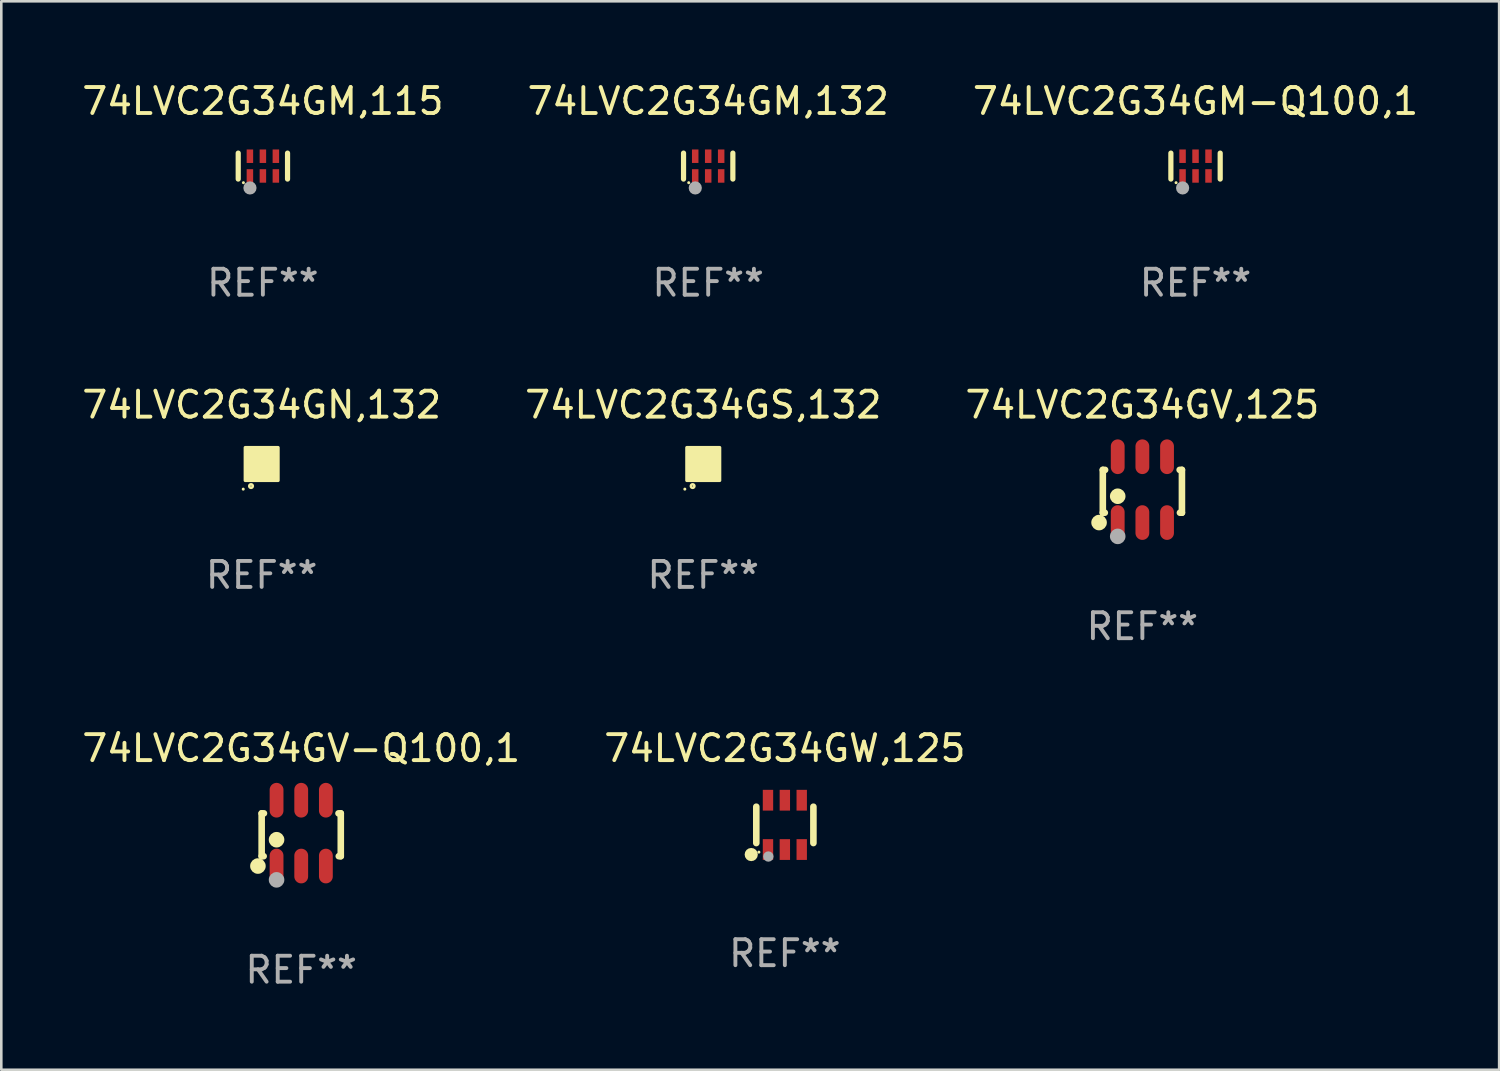
<source format=kicad_pcb>
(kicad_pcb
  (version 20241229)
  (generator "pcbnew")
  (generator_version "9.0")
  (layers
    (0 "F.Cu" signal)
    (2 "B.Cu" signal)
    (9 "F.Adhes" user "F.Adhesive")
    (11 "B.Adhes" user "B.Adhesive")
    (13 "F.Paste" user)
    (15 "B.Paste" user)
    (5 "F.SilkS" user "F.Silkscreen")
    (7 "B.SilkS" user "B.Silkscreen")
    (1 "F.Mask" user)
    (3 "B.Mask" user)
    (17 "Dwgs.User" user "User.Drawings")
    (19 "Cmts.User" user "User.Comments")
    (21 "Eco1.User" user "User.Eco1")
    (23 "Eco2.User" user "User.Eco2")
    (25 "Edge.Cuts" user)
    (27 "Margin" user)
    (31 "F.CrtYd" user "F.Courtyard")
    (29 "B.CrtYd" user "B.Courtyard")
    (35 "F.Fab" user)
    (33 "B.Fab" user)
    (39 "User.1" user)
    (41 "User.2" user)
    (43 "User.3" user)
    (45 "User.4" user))
  (footprint "74LVC2G34GM,115"
    (layer "F.Cu")
    (at 7.077 3.348)
    (property "Reference" "74LVC2G34GM,115" (at 0 -2.5 0) (layer "F.SilkS") (effects (font (size 1 1) (thickness 0.15))))
    (attr through_hole)
    (fp_line (start -0.95 0.5) (end -0.95 -0.5) (stroke (width 0.2) (type solid)) (layer "F.SilkS"))
    (fp_line (start 0.95 0.5) (end 0.95 -0.5) (stroke (width 0.2) (type solid)) (layer "F.SilkS"))
    (fp_circle (center -0.75 0.64) (end -0.72 0.64) (stroke (width 0.06) (type solid)) (fill no) (layer "F.SilkS"))
    (fp_circle (center -0.498 0.842) (end -0.371 0.842) (stroke (width 0.254) (type solid)) (fill no) (layer "F.Fab"))
    (fp_text user "REF**" (at 0 4.5 0) (layer "F.Fab") (effects (font (size 1 1) (thickness 0.15))))
    (pad "1" smd rect (at -0.5 0.38) (size 0.25 0.52) (layers "F.Cu" "F.Mask" "F.Paste"))
    (pad "2" smd rect (at 0 0.38) (size 0.25 0.52) (layers "F.Cu" "F.Mask" "F.Paste"))
    (pad "3" smd rect (at 0.5 0.38) (size 0.25 0.52) (layers "F.Cu" "F.Mask" "F.Paste"))
    (pad "4" smd rect (at 0.5 -0.38 180) (size 0.25 0.52) (layers "F.Cu" "F.Mask" "F.Paste"))
    (pad "5" smd rect (at 0 -0.38 180) (size 0.25 0.52) (layers "F.Cu" "F.Mask" "F.Paste"))
    (pad "6" smd rect (at -0.5 -0.38 180) (size 0.25 0.52) (layers "F.Cu" "F.Mask" "F.Paste")))
  (footprint "74LVC2G34GW,125"
    (layer "F.Cu")
    (at 27.185 28.727)
    (property "Reference" "74LVC2G34GW,125" (at 0 -2.95 0) (layer "F.SilkS") (effects (font (size 1 1) (thickness 0.15))))
    (attr through_hole)
    (fp_line (start -1.1 -0.7) (end -1.1 0.7) (stroke (width 0.254) (type solid)) (layer "F.SilkS"))
    (fp_line (start 1.1 -0.7) (end 1.1 0.7) (stroke (width 0.254) (type solid)) (layer "F.SilkS"))
    (fp_circle (center -1.295 1.143) (end -1.168 1.143) (stroke (width 0.254) (type solid)) (fill no) (layer "F.SilkS"))
    (fp_circle (center -1 1.05) (end -0.97 1.05) (stroke (width 0.06) (type solid)) (fill no) (layer "F.SilkS"))
    (fp_circle (center -0.635 1.219) (end -0.535 1.219) (stroke (width 0.2) (type solid)) (fill no) (layer "F.Fab"))
    (fp_text user "REF**" (at 0 4.95 0) (layer "F.Fab") (effects (font (size 1 1) (thickness 0.15))))
    (pad "1" smd rect (at -0.65 0.95) (size 0.4 0.8) (layers "F.Cu" "F.Mask" "F.Paste"))
    (pad "2" smd rect (at 0 0.95) (size 0.4 0.8) (layers "F.Cu" "F.Mask" "F.Paste"))
    (pad "3" smd rect (at 0.65 0.95) (size 0.4 0.8) (layers "F.Cu" "F.Mask" "F.Paste"))
    (pad "4" smd rect (at 0.65 -0.95) (size 0.4 0.8) (layers "F.Cu" "F.Mask" "F.Paste"))
    (pad "5" smd rect (at 0 -0.95) (size 0.4 0.8) (layers "F.Cu" "F.Mask" "F.Paste"))
    (pad "6" smd rect (at -0.65 -0.95) (size 0.4 0.8) (layers "F.Cu" "F.Mask" "F.Paste")))
  (footprint "74LVC2G34GM,132"
    (layer "F.Cu")
    (at 24.232 3.348)
    (property "Reference" "74LVC2G34GM,132" (at 0 -2.5 0) (layer "F.SilkS") (effects (font (size 1 1) (thickness 0.15))))
    (attr through_hole)
    (fp_line (start -0.95 0.5) (end -0.95 -0.5) (stroke (width 0.2) (type solid)) (layer "F.SilkS"))
    (fp_line (start 0.95 0.5) (end 0.95 -0.5) (stroke (width 0.2) (type solid)) (layer "F.SilkS"))
    (fp_circle (center -0.75 0.64) (end -0.72 0.64) (stroke (width 0.06) (type solid)) (fill no) (layer "F.SilkS"))
    (fp_circle (center -0.498 0.842) (end -0.371 0.842) (stroke (width 0.254) (type solid)) (fill no) (layer "F.Fab"))
    (fp_text user "REF**" (at 0 4.5 0) (layer "F.Fab") (effects (font (size 1 1) (thickness 0.15))))
    (pad "1" smd rect (at -0.5 0.38) (size 0.25 0.52) (layers "F.Cu" "F.Mask" "F.Paste"))
    (pad "2" smd rect (at 0 0.38) (size 0.25 0.52) (layers "F.Cu" "F.Mask" "F.Paste"))
    (pad "3" smd rect (at 0.5 0.38) (size 0.25 0.52) (layers "F.Cu" "F.Mask" "F.Paste"))
    (pad "4" smd rect (at 0.5 -0.38 180) (size 0.25 0.52) (layers "F.Cu" "F.Mask" "F.Paste"))
    (pad "5" smd rect (at 0 -0.38 180) (size 0.25 0.52) (layers "F.Cu" "F.Mask" "F.Paste"))
    (pad "6" smd rect (at -0.5 -0.38 180) (size 0.25 0.52) (layers "F.Cu" "F.Mask" "F.Paste")))
  (footprint "74LVC2G34GS,132"
    (layer "F.Cu")
    (at 24.042 14.825)
    (property "Reference" "74LVC2G34GS,132" (at 0 -2.28 0) (layer "F.SilkS") (effects (font (size 1 1) (thickness 0.15))))
    (attr through_hole)
    (fp_circle (center -0.71 0.968) (end -0.68 0.968) (stroke (width 0.06) (type solid)) (fill no) (layer "F.SilkS"))
    (fp_circle (center -0.41 0.85) (end -0.342 0.85) (stroke (width 0.1) (type solid)) (fill no) (layer "F.SilkS"))
    (fp_poly (pts (xy -0.635 -0.635) (xy 0.635 -0.635) (xy 0.635 0.635) (xy -0.635 0.635)) (stroke (width 0.12) (type solid)) (fill yes) (layer "F.SilkS"))
    (fp_text user "REF**" (at 0 4.28 0) (layer "F.Fab") (effects (font (size 1 1) (thickness 0.15))))
    (pad "1" smd rect (at -0.35 0.28 90) (size 0.35 0.2) (layers "F.Cu" "F.Mask" "F.Paste"))
    (pad "2" smd rect (at 0 0.28 90) (size 0.35 0.2) (layers "F.Cu" "F.Mask" "F.Paste"))
    (pad "3" smd rect (at 0.35 0.28 90) (size 0.35 0.2) (layers "F.Cu" "F.Mask" "F.Paste"))
    (pad "4" smd rect (at 0.35 -0.28 90) (size 0.35 0.2) (layers "F.Cu" "F.Mask" "F.Paste"))
    (pad "5" smd rect (at 0 -0.28 90) (size 0.35 0.2) (layers "F.Cu" "F.Mask" "F.Paste"))
    (pad "6" smd rect (at -0.35 -0.28 90) (size 0.35 0.2) (layers "F.Cu" "F.Mask" "F.Paste")))
  (footprint "74LVC2G34GM-Q100,1"
    (layer "F.Cu")
    (at 43.006 3.348)
    (property "Reference" "74LVC2G34GM-Q100,1" (at 0 -2.5 0) (layer "F.SilkS") (effects (font (size 1 1) (thickness 0.15))))
    (attr through_hole)
    (fp_line (start -0.95 0.5) (end -0.95 -0.5) (stroke (width 0.2) (type solid)) (layer "F.SilkS"))
    (fp_line (start 0.95 0.5) (end 0.95 -0.5) (stroke (width 0.2) (type solid)) (layer "F.SilkS"))
    (fp_circle (center -0.75 0.64) (end -0.72 0.64) (stroke (width 0.06) (type solid)) (fill no) (layer "F.SilkS"))
    (fp_circle (center -0.498 0.842) (end -0.371 0.842) (stroke (width 0.254) (type solid)) (fill no) (layer "F.Fab"))
    (fp_text user "REF**" (at 0 4.5 0) (layer "F.Fab") (effects (font (size 1 1) (thickness 0.15))))
    (pad "1" smd rect (at -0.5 0.38) (size 0.25 0.52) (layers "F.Cu" "F.Mask" "F.Paste"))
    (pad "2" smd rect (at 0 0.38) (size 0.25 0.52) (layers "F.Cu" "F.Mask" "F.Paste"))
    (pad "3" smd rect (at 0.5 0.38) (size 0.25 0.52) (layers "F.Cu" "F.Mask" "F.Paste"))
    (pad "4" smd rect (at 0.5 -0.38 180) (size 0.25 0.52) (layers "F.Cu" "F.Mask" "F.Paste"))
    (pad "5" smd rect (at 0 -0.38 180) (size 0.25 0.52) (layers "F.Cu" "F.Mask" "F.Paste"))
    (pad "6" smd rect (at -0.5 -0.38 180) (size 0.25 0.52) (layers "F.Cu" "F.Mask" "F.Paste")))
  (footprint "74LVC2G34GV,125"
    (layer "F.Cu")
    (at 40.958 15.813)
    (property "Reference" "74LVC2G34GV,125" (at 0 -3.268 0) (layer "F.SilkS") (effects (font (size 1 1) (thickness 0.15))))
    (attr through_hole)
    (fp_line (start -1.524 -0.762) (end -1.524 0.889) (stroke (width 0.254) (type solid)) (layer "F.SilkS"))
    (fp_line (start -1.524 0.889) (end -1.447 0.889) (stroke (width 0.254) (type solid)) (layer "F.SilkS"))
    (fp_line (start -1.436 -0.762) (end -1.524 -0.762) (stroke (width 0.254) (type solid)) (layer "F.SilkS"))
    (fp_line (start 1.447 0.889) (end 1.524 0.889) (stroke (width 0.254) (type solid)) (layer "F.SilkS"))
    (fp_line (start 1.524 -0.762) (end 1.436 -0.762) (stroke (width 0.254) (type solid)) (layer "F.SilkS"))
    (fp_line (start 1.524 0.889) (end 1.524 -0.762) (stroke (width 0.254) (type solid)) (layer "F.SilkS"))
    (fp_circle (center -1.668 1.268) (end -1.518 1.268) (stroke (width 0.3) (type solid)) (fill no) (layer "F.SilkS"))
    (fp_circle (center -1.5 1.375) (end -1.47 1.375) (stroke (width 0.06) (type solid)) (fill no) (layer "F.SilkS"))
    (fp_circle (center -0.95 0.254) (end -0.8 0.254) (stroke (width 0.3) (type solid)) (fill no) (layer "F.SilkS"))
    (fp_circle (center -0.95 1.8) (end -0.8 1.8) (stroke (width 0.3) (type solid)) (fill no) (layer "F.Fab"))
    (fp_text user "REF**" (at 0 5.268 0) (layer "F.Fab") (effects (font (size 1 1) (thickness 0.15))))
    (pad "1" smd oval (at -0.95 1.268) (size 0.532 1.336) (layers "F.Cu" "F.Mask" "F.Paste"))
    (pad "2" smd oval (at 0 1.268) (size 0.532 1.336) (layers "F.Cu" "F.Mask" "F.Paste"))
    (pad "3" smd oval (at 0.95 1.268) (size 0.532 1.336) (layers "F.Cu" "F.Mask" "F.Paste"))
    (pad "4" smd oval (at 0.95 -1.268) (size 0.532 1.336) (layers "F.Cu" "F.Mask" "F.Paste"))
    (pad "5" smd oval (at 0 -1.268) (size 0.532 1.336) (layers "F.Cu" "F.Mask" "F.Paste"))
    (pad "6" smd oval (at -0.95 -1.268) (size 0.532 1.336) (layers "F.Cu" "F.Mask" "F.Paste")))
  (footprint "74LVC2G34GN,132"
    (layer "F.Cu")
    (at 7.03 14.825)
    (property "Reference" "74LVC2G34GN,132" (at 0 -2.28 0) (layer "F.SilkS") (effects (font (size 1 1) (thickness 0.15))))
    (attr through_hole)
    (fp_circle (center -0.71 0.968) (end -0.68 0.968) (stroke (width 0.06) (type solid)) (fill no) (layer "F.SilkS"))
    (fp_circle (center -0.41 0.85) (end -0.342 0.85) (stroke (width 0.1) (type solid)) (fill no) (layer "F.SilkS"))
    (fp_poly (pts (xy -0.635 -0.635) (xy 0.635 -0.635) (xy 0.635 0.635) (xy -0.635 0.635)) (stroke (width 0.12) (type solid)) (fill yes) (layer "F.SilkS"))
    (fp_text user "REF**" (at 0 4.28 0) (layer "F.Fab") (effects (font (size 1 1) (thickness 0.15))))
    (pad "1" smd rect (at -0.35 0.28 90) (size 0.35 0.2) (layers "F.Cu" "F.Mask" "F.Paste"))
    (pad "2" smd rect (at 0 0.28 90) (size 0.35 0.2) (layers "F.Cu" "F.Mask" "F.Paste"))
    (pad "3" smd rect (at 0.35 0.28 90) (size 0.35 0.2) (layers "F.Cu" "F.Mask" "F.Paste"))
    (pad "4" smd rect (at 0.35 -0.28 90) (size 0.35 0.2) (layers "F.Cu" "F.Mask" "F.Paste"))
    (pad "5" smd rect (at 0 -0.28 90) (size 0.35 0.2) (layers "F.Cu" "F.Mask" "F.Paste"))
    (pad "6" smd rect (at -0.35 -0.28 90) (size 0.35 0.2) (layers "F.Cu" "F.Mask" "F.Paste")))
  (footprint "74LVC2G34GV-Q100,1"
    (layer "F.Cu")
    (at 8.554 29.045)
    (property "Reference" "74LVC2G34GV-Q100,1" (at 0 -3.268 0) (layer "F.SilkS") (effects (font (size 1 1) (thickness 0.15))))
    (attr through_hole)
    (fp_line (start -1.524 -0.762) (end -1.524 0.889) (stroke (width 0.254) (type solid)) (layer "F.SilkS"))
    (fp_line (start -1.524 0.889) (end -1.447 0.889) (stroke (width 0.254) (type solid)) (layer "F.SilkS"))
    (fp_line (start -1.436 -0.762) (end -1.524 -0.762) (stroke (width 0.254) (type solid)) (layer "F.SilkS"))
    (fp_line (start 1.447 0.889) (end 1.524 0.889) (stroke (width 0.254) (type solid)) (layer "F.SilkS"))
    (fp_line (start 1.524 -0.762) (end 1.436 -0.762) (stroke (width 0.254) (type solid)) (layer "F.SilkS"))
    (fp_line (start 1.524 0.889) (end 1.524 -0.762) (stroke (width 0.254) (type solid)) (layer "F.SilkS"))
    (fp_circle (center -1.668 1.268) (end -1.518 1.268) (stroke (width 0.3) (type solid)) (fill no) (layer "F.SilkS"))
    (fp_circle (center -1.5 1.375) (end -1.47 1.375) (stroke (width 0.06) (type solid)) (fill no) (layer "F.SilkS"))
    (fp_circle (center -0.95 0.254) (end -0.8 0.254) (stroke (width 0.3) (type solid)) (fill no) (layer "F.SilkS"))
    (fp_circle (center -0.95 1.8) (end -0.8 1.8) (stroke (width 0.3) (type solid)) (fill no) (layer "F.Fab"))
    (fp_text user "REF**" (at 0 5.268 0) (layer "F.Fab") (effects (font (size 1 1) (thickness 0.15))))
    (pad "1" smd oval (at -0.95 1.268) (size 0.532 1.336) (layers "F.Cu" "F.Mask" "F.Paste"))
    (pad "2" smd oval (at 0 1.268) (size 0.532 1.336) (layers "F.Cu" "F.Mask" "F.Paste"))
    (pad "3" smd oval (at 0.95 1.268) (size 0.532 1.336) (layers "F.Cu" "F.Mask" "F.Paste"))
    (pad "4" smd oval (at 0.95 -1.268) (size 0.532 1.336) (layers "F.Cu" "F.Mask" "F.Paste"))
    (pad "5" smd oval (at 0 -1.268) (size 0.532 1.336) (layers "F.Cu" "F.Mask" "F.Paste"))
    (pad "6" smd oval (at -0.95 -1.268) (size 0.532 1.336) (layers "F.Cu" "F.Mask" "F.Paste")))
  (gr_rect
    (start -3 -3)
    (end 54.702 38.161)
    (stroke (width 0.1) (type default))
    (fill no)
    (layer "Edge.Cuts")))
</source>
